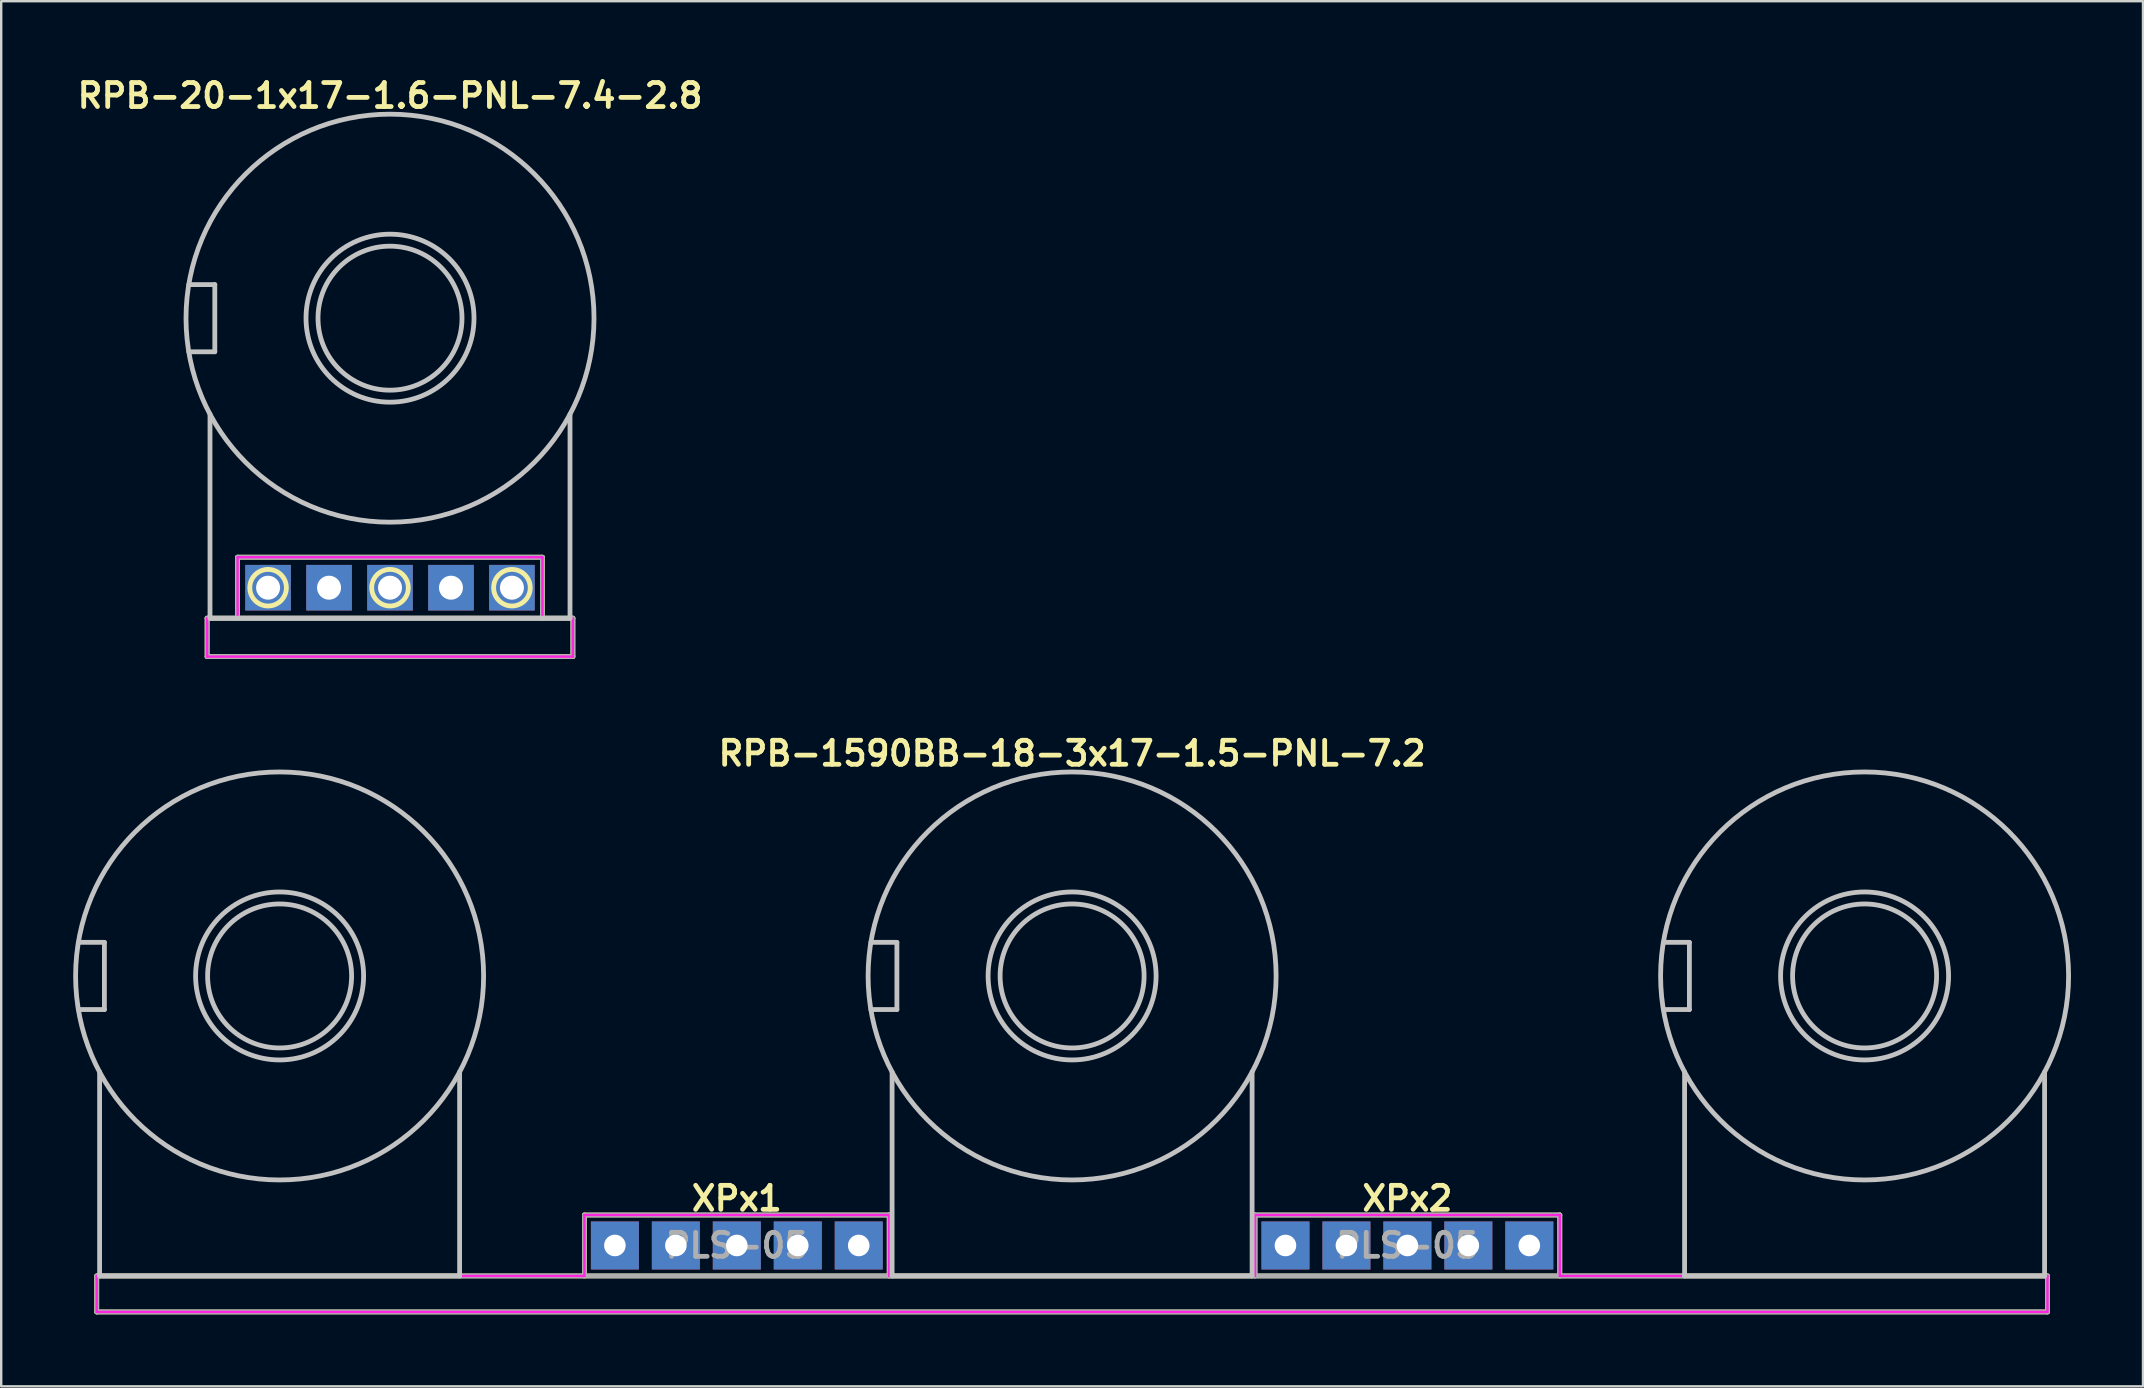
<source format=kicad_pcb>
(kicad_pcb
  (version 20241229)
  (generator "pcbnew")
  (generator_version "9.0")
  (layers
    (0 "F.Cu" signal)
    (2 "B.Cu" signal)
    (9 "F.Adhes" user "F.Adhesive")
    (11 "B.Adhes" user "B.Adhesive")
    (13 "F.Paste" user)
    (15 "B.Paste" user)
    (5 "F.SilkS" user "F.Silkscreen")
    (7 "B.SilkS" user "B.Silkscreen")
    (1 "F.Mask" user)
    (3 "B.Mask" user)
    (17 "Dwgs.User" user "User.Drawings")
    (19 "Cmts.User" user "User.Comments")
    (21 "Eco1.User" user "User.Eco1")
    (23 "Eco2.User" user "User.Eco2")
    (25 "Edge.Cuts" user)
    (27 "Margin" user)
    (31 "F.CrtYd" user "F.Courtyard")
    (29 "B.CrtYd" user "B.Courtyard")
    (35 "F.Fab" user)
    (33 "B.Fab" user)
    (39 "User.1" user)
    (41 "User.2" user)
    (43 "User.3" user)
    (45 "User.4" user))
  (footprint "RPB-1590BB-18-3x17-1.5-PNL-7.2"
    (layer "F.Cu")
    (at 41.62 37.614)
    (property "Reference" "RPB-1590BB-18-3x17-1.5-PNL-7.2" (at 0 -9.271 0) (layer "F.SilkS") (effects (font (size 1 1) (thickness 0.2))))
    (attr through_hole)
    (fp_line (start -40.64 12.5) (end -40.64 14) (stroke (width 0.2) (type solid)) (layer "F.SilkS"))
    (fp_line (start -40.64 12.5) (end 40.64 12.5) (stroke (width 0.2) (type solid)) (layer "F.SilkS"))
    (fp_line (start -40.64 14) (end 40.64 14) (stroke (width 0.2) (type solid)) (layer "F.SilkS"))
    (fp_line (start -20.32 9.96) (end -20.32 12.5) (stroke (width 0.2) (type solid)) (layer "F.SilkS"))
    (fp_line (start -20.32 9.96) (end -7.62 9.96) (stroke (width 0.2) (type solid)) (layer "F.SilkS"))
    (fp_line (start -7.62 9.96) (end -7.62 12.5) (stroke (width 0.2) (type solid)) (layer "F.SilkS"))
    (fp_line (start 7.62 9.96) (end 7.62 12.5) (stroke (width 0.2) (type solid)) (layer "F.SilkS"))
    (fp_line (start 7.62 9.96) (end 20.32 9.96) (stroke (width 0.2) (type solid)) (layer "F.SilkS"))
    (fp_line (start 20.32 9.96) (end 20.32 12.5) (stroke (width 0.2) (type solid)) (layer "F.SilkS"))
    (fp_line (start 40.64 12.5) (end 40.64 14) (stroke (width 0.2) (type solid)) (layer "F.SilkS"))
    (fp_line (start -41.404 -1.4) (end -40.32 -1.4) (stroke (width 0.2) (type solid)) (layer "Dwgs.User"))
    (fp_line (start -41.404 1.4) (end -40.32 1.4) (stroke (width 0.2) (type solid)) (layer "Dwgs.User"))
    (fp_line (start -40.52 4) (end -40.52 12.5) (stroke (width 0.2) (type solid)) (layer "Dwgs.User"))
    (fp_line (start -40.52 12.5) (end -25.52 12.5) (stroke (width 0.2) (type solid)) (layer "Dwgs.User"))
    (fp_line (start -40.32 -1.4) (end -40.32 1.4) (stroke (width 0.2) (type solid)) (layer "Dwgs.User"))
    (fp_line (start -25.52 4) (end -25.52 12.5) (stroke (width 0.2) (type solid)) (layer "Dwgs.User"))
    (fp_line (start -8.384 -1.4) (end -7.3 -1.4) (stroke (width 0.2) (type solid)) (layer "Dwgs.User"))
    (fp_line (start -8.384 1.4) (end -7.3 1.4) (stroke (width 0.2) (type solid)) (layer "Dwgs.User"))
    (fp_line (start -7.5 4) (end -7.5 12.5) (stroke (width 0.2) (type solid)) (layer "Dwgs.User"))
    (fp_line (start -7.5 12.5) (end 7.5 12.5) (stroke (width 0.2) (type solid)) (layer "Dwgs.User"))
    (fp_line (start -7.3 -1.4) (end -7.3 1.4) (stroke (width 0.2) (type solid)) (layer "Dwgs.User"))
    (fp_line (start 7.5 4) (end 7.5 12.5) (stroke (width 0.2) (type solid)) (layer "Dwgs.User"))
    (fp_line (start 24.636 -1.4) (end 25.72 -1.4) (stroke (width 0.2) (type solid)) (layer "Dwgs.User"))
    (fp_line (start 24.636 1.4) (end 25.72 1.4) (stroke (width 0.2) (type solid)) (layer "Dwgs.User"))
    (fp_line (start 25.52 4) (end 25.52 12.5) (stroke (width 0.2) (type solid)) (layer "Dwgs.User"))
    (fp_line (start 25.52 12.5) (end 40.52 12.5) (stroke (width 0.2) (type solid)) (layer "Dwgs.User"))
    (fp_line (start 25.72 -1.4) (end 25.72 1.4) (stroke (width 0.2) (type solid)) (layer "Dwgs.User"))
    (fp_line (start 40.52 4) (end 40.52 12.5) (stroke (width 0.2) (type solid)) (layer "Dwgs.User"))
    (fp_circle (center -33.02 0) (end -30.02 0) (stroke (width 0.2) (type solid)) (fill no) (layer "Dwgs.User"))
    (fp_circle (center -33.02 0) (end -29.52 0) (stroke (width 0.2) (type solid)) (fill no) (layer "Dwgs.User"))
    (fp_circle (center -33.02 0) (end -24.52 0) (stroke (width 0.2) (type solid)) (fill no) (layer "Dwgs.User"))
    (fp_circle (center 0 0) (end 3 0) (stroke (width 0.2) (type solid)) (fill no) (layer "Dwgs.User"))
    (fp_circle (center 0 0) (end 3.5 0) (stroke (width 0.2) (type solid)) (fill no) (layer "Dwgs.User"))
    (fp_circle (center 0 0) (end 8.5 0) (stroke (width 0.2) (type solid)) (fill no) (layer "Dwgs.User"))
    (fp_circle (center 33.02 0) (end 36.02 0) (stroke (width 0.2) (type solid)) (fill no) (layer "Dwgs.User"))
    (fp_circle (center 33.02 0) (end 36.52 0) (stroke (width 0.2) (type solid)) (fill no) (layer "Dwgs.User"))
    (fp_circle (center 33.02 0) (end 41.52 0) (stroke (width 0.2) (type solid)) (fill no) (layer "Dwgs.User"))
    (fp_circle (center -33.02 0) (end -29.42 0) (stroke (width 0.4) (type solid)) (fill no) (layer "Eco1.User"))
    (fp_circle (center 0 0) (end 3.6 0) (stroke (width 0.4) (type solid)) (fill no) (layer "Eco1.User"))
    (fp_circle (center 33.02 0) (end 36.62 0) (stroke (width 0.4) (type solid)) (fill no) (layer "Eco1.User"))
    (fp_line (start -40.64 12.5) (end -40.64 14) (stroke (width 0.1) (type solid)) (layer "F.CrtYd"))
    (fp_line (start -40.64 12.5) (end -20.32 12.5) (stroke (width 0.1) (type solid)) (layer "F.CrtYd"))
    (fp_line (start -40.64 14) (end 40.64 14) (stroke (width 0.1) (type solid)) (layer "F.CrtYd"))
    (fp_line (start -20.32 9.96) (end -20.32 12.5) (stroke (width 0.1) (type solid)) (layer "F.CrtYd"))
    (fp_line (start -20.32 9.96) (end -7.62 9.96) (stroke (width 0.1) (type solid)) (layer "F.CrtYd"))
    (fp_line (start -7.62 9.96) (end -7.62 12.5) (stroke (width 0.1) (type solid)) (layer "F.CrtYd"))
    (fp_line (start -7.62 12.5) (end 7.62 12.5) (stroke (width 0.1) (type solid)) (layer "F.CrtYd"))
    (fp_line (start 7.62 9.96) (end 7.62 12.5) (stroke (width 0.1) (type solid)) (layer "F.CrtYd"))
    (fp_line (start 7.62 9.96) (end 20.32 9.96) (stroke (width 0.1) (type solid)) (layer "F.CrtYd"))
    (fp_line (start 20.32 9.96) (end 20.32 12.5) (stroke (width 0.1) (type solid)) (layer "F.CrtYd"))
    (fp_line (start 20.32 12.5) (end 40.64 12.5) (stroke (width 0.1) (type solid)) (layer "F.CrtYd"))
    (fp_line (start 40.64 12.5) (end 40.64 14) (stroke (width 0.1) (type solid)) (layer "F.CrtYd"))
    (fp_line (start -40.64 12.5) (end -40.64 14) (stroke (width 0.2) (type solid)) (layer "F.Fab"))
    (fp_line (start -40.64 12.5) (end 40.64 12.5) (stroke (width 0.2) (type solid)) (layer "F.Fab"))
    (fp_line (start -40.64 14) (end 40.64 14) (stroke (width 0.2) (type solid)) (layer "F.Fab"))
    (fp_line (start -20.32 9.96) (end -20.32 12.5) (stroke (width 0.2) (type solid)) (layer "F.Fab"))
    (fp_line (start -20.32 9.96) (end -7.62 9.96) (stroke (width 0.2) (type solid)) (layer "F.Fab"))
    (fp_line (start -7.62 9.96) (end -7.62 12.5) (stroke (width 0.2) (type solid)) (layer "F.Fab"))
    (fp_line (start 7.62 9.96) (end 7.62 12.5) (stroke (width 0.2) (type solid)) (layer "F.Fab"))
    (fp_line (start 7.62 9.96) (end 20.32 9.96) (stroke (width 0.2) (type solid)) (layer "F.Fab"))
    (fp_line (start 20.32 9.96) (end 20.32 12.5) (stroke (width 0.2) (type solid)) (layer "F.Fab"))
    (fp_line (start 40.64 12.5) (end 40.64 14) (stroke (width 0.2) (type solid)) (layer "F.Fab"))
    (fp_text user "XPx2" (at 13.97 9.271 0) (layer "F.SilkS") (effects (font (size 1 1) (thickness 0.2))))
    (fp_text user "XPx1" (at -13.97 9.271 0) (layer "F.SilkS") (effects (font (size 1 1) (thickness 0.2))))
    (fp_text user "PLS-05" (at 13.97 11.23 0) (layer "F.Fab") (effects (font (size 1 1) (thickness 0.2))))
    (fp_text user "PLS-05" (at -13.97 11.23 0) (layer "F.Fab") (effects (font (size 1 1) (thickness 0.2))))
    (pad "11" thru_hole rect (at -13.97 11.23) (size 2 2) (drill 0.9) (layers "B.Cu" "B.Mask"))
    (pad "12" thru_hole rect (at -16.51 11.23) (size 2 2) (drill 0.9) (layers "B.Cu" "B.Mask"))
    (pad "13" thru_hole rect (at -19.05 11.23) (size 2 2) (drill 0.9) (layers "B.Cu" "B.Mask"))
    (pad "21" thru_hole rect (at -11.43 11.23) (size 2 2) (drill 0.9) (layers "B.Cu" "B.Mask"))
    (pad "22" thru_hole rect (at -8.89 11.23) (size 2 2) (drill 0.9) (layers "B.Cu" "B.Mask"))
    (pad "22" thru_hole rect (at 8.89 11.23) (size 2 2) (drill 0.9) (layers "B.Cu" "B.Mask"))
    (pad "23" thru_hole rect (at 11.43 11.23) (size 2 2) (drill 0.9) (layers "B.Cu" "B.Mask"))
    (pad "31" thru_hole rect (at 19.05 11.23) (size 2 2) (drill 0.9) (layers "B.Cu" "B.Mask"))
    (pad "32" thru_hole rect (at 16.51 11.23) (size 2 2) (drill 0.9) (layers "B.Cu" "B.Mask"))
    (pad "33" thru_hole rect (at 13.97 11.23) (size 2 2) (drill 0.9) (layers "B.Cu" "B.Mask")))
  (footprint "RPB-20-1x17-1.6-PNL-7.4-2.8"
    (layer "F.Cu")
    (at 13.2 10.207)
    (property "Reference" "RPB-20-1x17-1.6-PNL-7.4-2.8" (at 0 -9.271 0) (layer "F.SilkS") (effects (font (size 1 1) (thickness 0.2))))
    (attr through_hole)
    (fp_line (start -7.62 12.5) (end -7.62 14.1) (stroke (width 0.2) (type solid)) (layer "F.SilkS"))
    (fp_line (start -7.62 12.5) (end 7.62 12.5) (stroke (width 0.2) (type solid)) (layer "F.SilkS"))
    (fp_line (start -7.62 14.1) (end 7.62 14.1) (stroke (width 0.2) (type solid)) (layer "F.SilkS"))
    (fp_line (start -6.35 9.96) (end -6.35 12.5) (stroke (width 0.2) (type solid)) (layer "F.SilkS"))
    (fp_line (start -6.35 9.96) (end 6.35 9.96) (stroke (width 0.2) (type solid)) (layer "F.SilkS"))
    (fp_line (start 6.35 9.96) (end 6.35 12.5) (stroke (width 0.2) (type solid)) (layer "F.SilkS"))
    (fp_line (start 7.62 12.5) (end 7.62 14.1) (stroke (width 0.2) (type solid)) (layer "F.SilkS"))
    (fp_circle (center -5.08 11.23) (end -4.318 11.23) (stroke (width 0.2) (type solid)) (fill no) (layer "F.SilkS"))
    (fp_circle (center 0 11.23) (end 0.762 11.23) (stroke (width 0.2) (type solid)) (fill no) (layer "F.SilkS"))
    (fp_circle (center 5.08 11.23) (end 5.842 11.23) (stroke (width 0.2) (type solid)) (fill no) (layer "F.SilkS"))
    (fp_line (start -8.384 -1.4) (end -7.3 -1.4) (stroke (width 0.2) (type solid)) (layer "Dwgs.User"))
    (fp_line (start -8.384 1.4) (end -7.3 1.4) (stroke (width 0.2) (type solid)) (layer "Dwgs.User"))
    (fp_line (start -7.5 4) (end -7.5 12.5) (stroke (width 0.2) (type solid)) (layer "Dwgs.User"))
    (fp_line (start -7.5 12.5) (end 7.5 12.5) (stroke (width 0.2) (type solid)) (layer "Dwgs.User"))
    (fp_line (start -7.3 -1.4) (end -7.3 1.4) (stroke (width 0.2) (type solid)) (layer "Dwgs.User"))
    (fp_line (start 7.5 4) (end 7.5 12.5) (stroke (width 0.2) (type solid)) (layer "Dwgs.User"))
    (fp_circle (center 0 0) (end 3 0) (stroke (width 0.2) (type solid)) (fill no) (layer "Dwgs.User"))
    (fp_circle (center 0 0) (end 3.5 0) (stroke (width 0.2) (type solid)) (fill no) (layer "Dwgs.User"))
    (fp_circle (center 0 0) (end 8.5 0) (stroke (width 0.2) (type solid)) (fill no) (layer "Dwgs.User"))
    (fp_circle (center -7.9 0) (end -6.5 0) (stroke (width 0.4) (type solid)) (fill no) (layer "Eco1.User"))
    (fp_circle (center 0 0) (end 3.7 0) (stroke (width 0.4) (type solid)) (fill no) (layer "Eco1.User"))
    (fp_line (start -7.62 12.5) (end -7.62 14.1) (stroke (width 0.1) (type solid)) (layer "F.CrtYd"))
    (fp_line (start -7.62 12.5) (end -6.35 12.5) (stroke (width 0.1) (type solid)) (layer "F.CrtYd"))
    (fp_line (start -7.62 14.1) (end 7.62 14.1) (stroke (width 0.1) (type solid)) (layer "F.CrtYd"))
    (fp_line (start -6.35 9.96) (end -6.35 12.5) (stroke (width 0.1) (type solid)) (layer "F.CrtYd"))
    (fp_line (start -6.35 9.96) (end 6.35 9.96) (stroke (width 0.1) (type solid)) (layer "F.CrtYd"))
    (fp_line (start 6.35 9.96) (end 6.35 12.5) (stroke (width 0.1) (type solid)) (layer "F.CrtYd"))
    (fp_line (start 6.35 12.5) (end 7.62 12.5) (stroke (width 0.1) (type solid)) (layer "F.CrtYd"))
    (fp_line (start 7.62 12.5) (end 7.62 14.1) (stroke (width 0.1) (type solid)) (layer "F.CrtYd"))
    (fp_line (start -7.62 12.5) (end -7.62 14.1) (stroke (width 0.2) (type solid)) (layer "F.Fab"))
    (fp_line (start -7.62 12.5) (end 7.62 12.5) (stroke (width 0.2) (type solid)) (layer "F.Fab"))
    (fp_line (start -7.62 14.1) (end 7.62 14.1) (stroke (width 0.2) (type solid)) (layer "F.Fab"))
    (fp_line (start -6.35 9.96) (end -6.35 12.5) (stroke (width 0.2) (type solid)) (layer "F.Fab"))
    (fp_line (start -6.35 9.96) (end 6.35 9.96) (stroke (width 0.2) (type solid)) (layer "F.Fab"))
    (fp_line (start 6.35 9.96) (end 6.35 12.5) (stroke (width 0.2) (type solid)) (layer "F.Fab"))
    (fp_line (start 7.62 12.5) (end 7.62 14.1) (stroke (width 0.2) (type solid)) (layer "F.Fab"))
    (pad "1" thru_hole rect (at -5.08 11.23) (size 1.9 1.9) (drill 1) (layers "B.Cu" "B.Mask"))
    (pad "2" thru_hole rect (at 0 11.23) (size 1.9 1.9) (drill 1) (layers "B.Cu" "B.Mask"))
    (pad "3" thru_hole rect (at 5.08 11.23) (size 1.9 1.9) (drill 1) (layers "B.Cu" "B.Mask"))
    (pad "NC1" thru_hole rect (at -2.54 11.23) (size 1.9 1.9) (drill 1) (layers "B.Cu" "B.Mask"))
    (pad "NC2" thru_hole rect (at 2.54 11.23) (size 1.9 1.9) (drill 1) (layers "B.Cu" "B.Mask")))
  (gr_rect
    (start -3 -3)
    (end 86.24 54.714)
    (stroke (width 0.1) (type default))
    (fill no)
    (layer "Edge.Cuts")))
</source>
